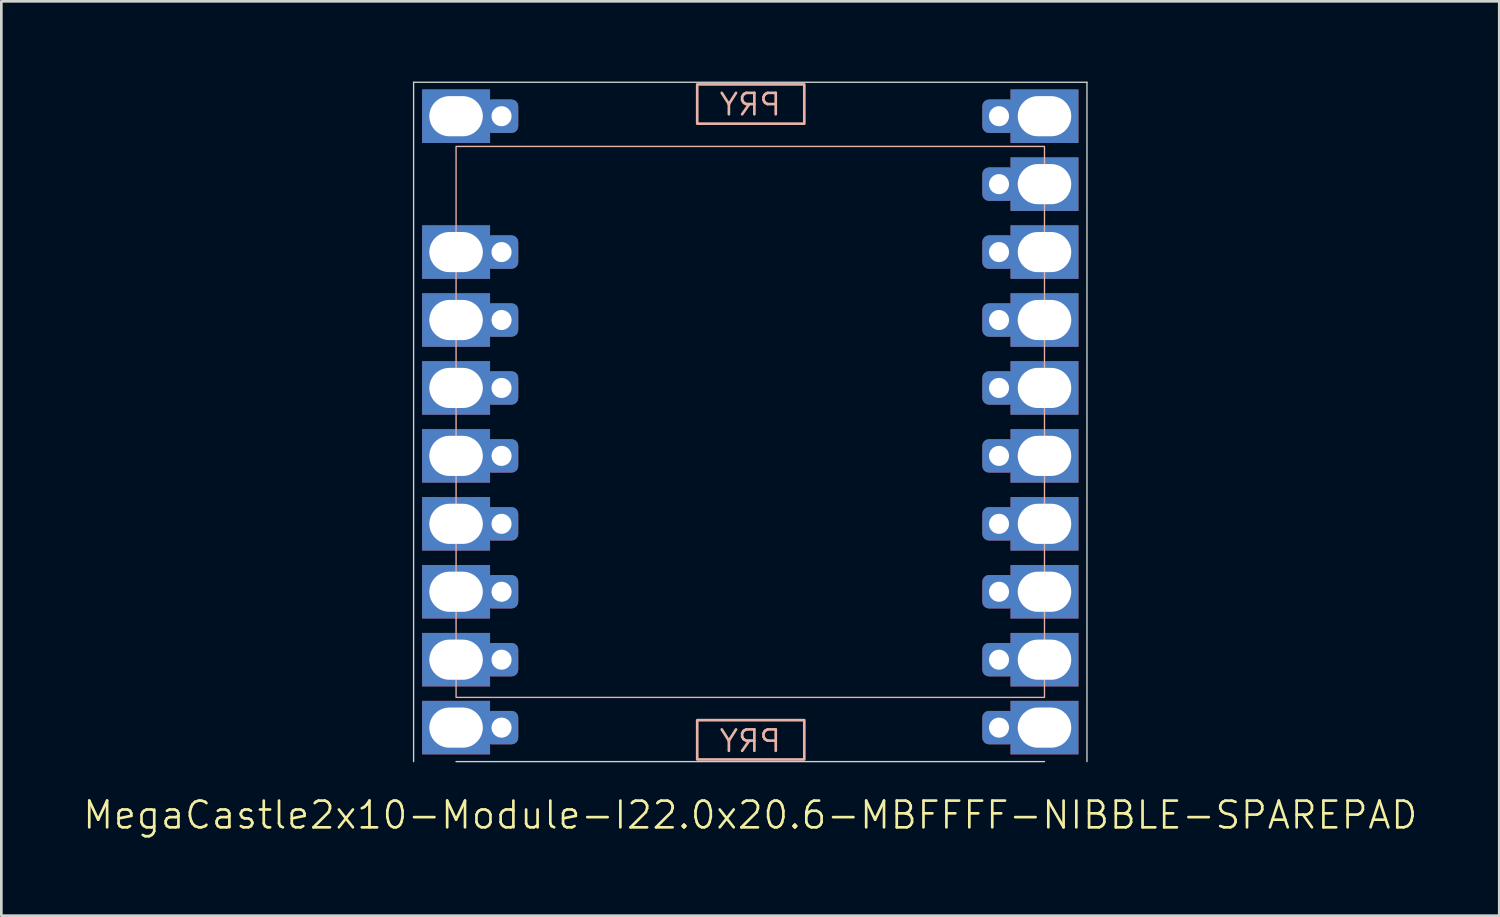
<source format=kicad_pcb>
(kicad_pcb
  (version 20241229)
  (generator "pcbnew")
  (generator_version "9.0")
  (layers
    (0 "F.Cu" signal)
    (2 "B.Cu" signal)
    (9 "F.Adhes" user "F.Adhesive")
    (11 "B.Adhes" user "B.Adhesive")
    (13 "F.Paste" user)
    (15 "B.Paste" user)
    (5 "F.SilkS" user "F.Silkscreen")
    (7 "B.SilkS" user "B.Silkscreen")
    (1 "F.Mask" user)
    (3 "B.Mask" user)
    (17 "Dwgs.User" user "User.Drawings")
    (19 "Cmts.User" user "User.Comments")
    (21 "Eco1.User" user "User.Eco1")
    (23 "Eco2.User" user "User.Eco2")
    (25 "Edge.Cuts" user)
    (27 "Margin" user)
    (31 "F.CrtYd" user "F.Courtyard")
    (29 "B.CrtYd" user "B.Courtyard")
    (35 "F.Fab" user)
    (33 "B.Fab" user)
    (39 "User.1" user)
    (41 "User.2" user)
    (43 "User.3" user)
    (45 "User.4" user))
  (footprint "MegaCastle2x10-Module-I22.0x20.6-MBFFFF-NIBBLE-SPAREPAD"
    (layer "F.Cu")
    (at 25.002 12.725)
    (property "Reference" "MegaCastle2x10-Module-I22.0x20.6-MBFFFF-NIBBLE-SPAREPAD" (at 0 14.7 0) (unlocked yes) (layer "F.SilkS") (effects (font (size 1 1) (thickness 0.1))))
    (attr smd)
    (fp_rect (start -11 10.3) (end 11 -10.3) (stroke (width 0.05) (type default)) (fill no) (layer "B.SilkS"))
    (fp_rect (start -1.984 -11.151) (end 2.02 -12.62) (stroke (width 0.1) (type default)) (fill no) (layer "B.SilkS"))
    (fp_rect (start -1.984 11.151) (end 2.02 12.62) (stroke (width 0.1) (type default)) (fill no) (layer "B.SilkS"))
    (fp_line (start -12.588 -12.7) (end -12.588 12.7) (stroke (width 0.05) (type default)) (layer "Edge.Cuts"))
    (fp_line (start -12.588 -12.7) (end 12.588 -12.7) (stroke (width 0.05) (type default)) (layer "Edge.Cuts"))
    (fp_line (start -11 12.7) (end 11 12.7) (stroke (width 0.05) (type default)) (layer "Edge.Cuts"))
    (fp_line (start 12.588 -12.7) (end 12.588 12.7) (stroke (width 0.05) (type default)) (layer "Edge.Cuts"))
    (fp_text user "PRY" (at 0 12.4 0) (unlocked yes) (layer "B.SilkS") (effects (font (size 0.8 0.8) (thickness 0.1)) (justify bottom mirror)))
    (fp_text user "PRY" (at 0 -11.4 0) (unlocked yes) (layer "B.SilkS") (effects (font (size 0.8 0.8) (thickness 0.1)) (justify bottom mirror)))
    (pad "1" thru_hole rect (at -11 -11.43) (size 2.54 2) (drill oval 2 1.5) (property pad_prop_castellated) (layers "*.Cu" "*.Mask"))
    (pad "1" thru_hole roundrect (at -9.3 -11.43 180) (size 1.25 1.25) (drill 0.75) (layers "*.Cu" "*.Mask") (roundrect_rratio 0.2))
    (pad "3" thru_hole rect (at -11 -6.35) (size 2.54 2) (drill oval 2 1.5) (property pad_prop_castellated) (layers "*.Cu" "*.Mask"))
    (pad "3" thru_hole roundrect (at -9.3 -6.35 180) (size 1.25 1.25) (drill 0.75) (layers "*.Cu" "*.Mask") (roundrect_rratio 0.2))
    (pad "4" thru_hole rect (at -11 -3.81) (size 2.54 2) (drill oval 2 1.5) (property pad_prop_castellated) (layers "*.Cu" "*.Mask"))
    (pad "4" thru_hole roundrect (at -9.3 -3.81 180) (size 1.25 1.25) (drill 0.75) (layers "*.Cu" "*.Mask") (roundrect_rratio 0.2))
    (pad "5" thru_hole rect (at -11 -1.27) (size 2.54 2) (drill oval 2 1.5) (property pad_prop_castellated) (layers "*.Cu" "*.Mask"))
    (pad "5" thru_hole roundrect (at -9.3 -1.27 180) (size 1.25 1.25) (drill 0.75) (layers "*.Cu" "*.Mask") (roundrect_rratio 0.2))
    (pad "6" thru_hole rect (at -11 1.27) (size 2.54 2) (drill oval 2 1.5) (property pad_prop_castellated) (layers "*.Cu" "*.Mask"))
    (pad "6" thru_hole roundrect (at -9.3 1.27 180) (size 1.25 1.25) (drill 0.75) (layers "*.Cu" "*.Mask") (roundrect_rratio 0.2))
    (pad "7" thru_hole rect (at -11 3.81) (size 2.54 2) (drill oval 2 1.5) (property pad_prop_castellated) (layers "*.Cu" "*.Mask"))
    (pad "7" thru_hole roundrect (at -9.3 3.81 180) (size 1.25 1.25) (drill 0.75) (layers "*.Cu" "*.Mask") (roundrect_rratio 0.2))
    (pad "8" thru_hole rect (at -11 6.35) (size 2.54 2) (drill oval 2 1.5) (property pad_prop_castellated) (layers "*.Cu" "*.Mask"))
    (pad "8" thru_hole roundrect (at -9.3 6.35 180) (size 1.25 1.25) (drill 0.75) (layers "*.Cu" "*.Mask") (roundrect_rratio 0.2))
    (pad "9" thru_hole rect (at -11 8.89) (size 2.54 2) (drill oval 2 1.5) (property pad_prop_castellated) (layers "*.Cu" "*.Mask"))
    (pad "9" thru_hole roundrect (at -9.3 8.89 180) (size 1.25 1.25) (drill 0.75) (layers "*.Cu" "*.Mask") (roundrect_rratio 0.2))
    (pad "10" thru_hole rect (at -11 11.43) (size 2.54 2) (drill oval 2 1.5) (property pad_prop_castellated) (layers "*.Cu" "*.Mask"))
    (pad "10" thru_hole roundrect (at -9.3 11.43 180) (size 1.25 1.25) (drill 0.75) (layers "*.Cu" "*.Mask") (roundrect_rratio 0.2))
    (pad "11" thru_hole roundrect (at 9.3 -11.43 180) (size 1.25 1.25) (drill 0.75) (layers "*.Cu" "*.Mask") (roundrect_rratio 0.2))
    (pad "11" thru_hole rect (at 11 -11.43) (size 2.54 2) (drill oval 2 1.5) (property pad_prop_castellated) (layers "*.Cu" "*.Mask"))
    (pad "12" thru_hole roundrect (at 9.3 -8.89 180) (size 1.25 1.25) (drill 0.75) (layers "*.Cu" "*.Mask") (roundrect_rratio 0.2))
    (pad "12" thru_hole rect (at 11 -8.89) (size 2.54 2) (drill oval 2 1.5) (property pad_prop_castellated) (layers "*.Cu" "*.Mask"))
    (pad "13" thru_hole roundrect (at 9.3 -6.35 180) (size 1.25 1.25) (drill 0.75) (layers "*.Cu" "*.Mask") (roundrect_rratio 0.2))
    (pad "13" thru_hole rect (at 11 -6.35) (size 2.54 2) (drill oval 2 1.5) (property pad_prop_castellated) (layers "*.Cu" "*.Mask"))
    (pad "14" thru_hole roundrect (at 9.3 -3.81 180) (size 1.25 1.25) (drill 0.75) (layers "*.Cu" "*.Mask") (roundrect_rratio 0.2))
    (pad "14" thru_hole rect (at 11 -3.81) (size 2.54 2) (drill oval 2 1.5) (property pad_prop_castellated) (layers "*.Cu" "*.Mask"))
    (pad "15" thru_hole roundrect (at 9.3 -1.27 180) (size 1.25 1.25) (drill 0.75) (layers "*.Cu" "*.Mask") (roundrect_rratio 0.2))
    (pad "15" thru_hole rect (at 11 -1.27) (size 2.54 2) (drill oval 2 1.5) (property pad_prop_castellated) (layers "*.Cu" "*.Mask"))
    (pad "16" thru_hole roundrect (at 9.3 1.27 180) (size 1.25 1.25) (drill 0.75) (layers "*.Cu" "*.Mask") (roundrect_rratio 0.2))
    (pad "16" thru_hole rect (at 11 1.27) (size 2.54 2) (drill oval 2 1.5) (property pad_prop_castellated) (layers "*.Cu" "*.Mask"))
    (pad "17" thru_hole roundrect (at 9.3 3.81 180) (size 1.25 1.25) (drill 0.75) (layers "*.Cu" "*.Mask") (roundrect_rratio 0.2))
    (pad "17" thru_hole rect (at 11 3.81) (size 2.54 2) (drill oval 2 1.5) (property pad_prop_castellated) (layers "*.Cu" "*.Mask"))
    (pad "18" thru_hole roundrect (at 9.3 6.35 180) (size 1.25 1.25) (drill 0.75) (layers "*.Cu" "*.Mask") (roundrect_rratio 0.2))
    (pad "18" thru_hole rect (at 11 6.35) (size 2.54 2) (drill oval 2 1.5) (property pad_prop_castellated) (layers "*.Cu" "*.Mask"))
    (pad "19" thru_hole roundrect (at 9.3 8.89 180) (size 1.25 1.25) (drill 0.75) (layers "*.Cu" "*.Mask") (roundrect_rratio 0.2))
    (pad "19" thru_hole rect (at 11 8.89) (size 2.54 2) (drill oval 2 1.5) (property pad_prop_castellated) (layers "*.Cu" "*.Mask"))
    (pad "20" thru_hole roundrect (at 9.3 11.43 180) (size 1.25 1.25) (drill 0.75) (layers "*.Cu" "*.Mask") (roundrect_rratio 0.2))
    (pad "20" thru_hole rect (at 11 11.43) (size 2.54 2) (drill oval 2 1.5) (property pad_prop_castellated) (layers "*.Cu" "*.Mask"))
    (zone (net_name "") (layer "B.Cu") (hatch edge 0.5) (connect_pads) (min_thickness 0.25) (filled_areas_thickness no) (keepout (tracks allowed) (vias allowed) (pads allowed) (copperpour allowed) (footprints not_allowed)) (placement (enabled no)) (fill) (polygon (pts (xy 14.002 25.425) (xy 14.002 0.025))))
    (zone (net_name "") (layer "B.Cu") (hatch edge 0.5) (connect_pads) (min_thickness 0.25) (filled_areas_thickness no) (keepout (tracks allowed) (vias allowed) (pads allowed) (copperpour allowed) (footprints not_allowed)) (placement (enabled no)) (fill) (polygon (pts (xy 36.002 25.425) (xy 36.002 0.025))))
    (zone (net_name "") (layer "B.Cu") (hatch edge 0.5) (connect_pads) (min_thickness 0.25) (filled_areas_thickness no) (keepout (tracks allowed) (vias allowed) (pads allowed) (copperpour allowed) (footprints not_allowed)) (placement (enabled no)) (fill) (polygon (pts (xy 14.002 0.025) (xy 14.002 2.425) (xy 36.002 2.425) (xy 36.002 0.025))))
    (zone (net_name "") (layer "B.Cu") (hatch edge 0.5) (connect_pads) (min_thickness 0.25) (filled_areas_thickness no) (keepout (tracks allowed) (vias allowed) (pads allowed) (copperpour allowed) (footprints not_allowed)) (placement (enabled no)) (fill) (polygon (pts (xy 14.002 25.425) (xy 14.002 23.025) (xy 36.002 23.025) (xy 36.002 25.425))))
    (zone (net_name "") (layer "B.Cu") (name "Upper Pry Zone") (hatch edge 0.5) (connect_pads) (min_thickness 0.25) (filled_areas_thickness no) (keepout (tracks not_allowed) (vias not_allowed) (pads not_allowed) (copperpour allowed) (footprints not_allowed)) (placement (enabled no)) (fill) (polygon (pts (xy 23.018 1.574) (xy 23.018 0.105) (xy 27.022 0.105) (xy 27.022 1.574))))
    (zone (net_name "") (layer "B.Cu") (name "Upper Pry Zone") (hatch edge 0.5) (connect_pads) (min_thickness 0.25) (filled_areas_thickness no) (keepout (tracks not_allowed) (vias not_allowed) (pads not_allowed) (copperpour allowed) (footprints not_allowed)) (placement (enabled no)) (fill) (polygon (pts (xy 23.018 23.876) (xy 23.018 25.345) (xy 27.022 25.345) (xy 27.022 23.876)))))
  (gr_rect
    (start -3 -3)
    (end 53.005 31.186)
    (stroke (width 0.1) (type default))
    (fill no)
    (layer "Edge.Cuts")))
</source>
